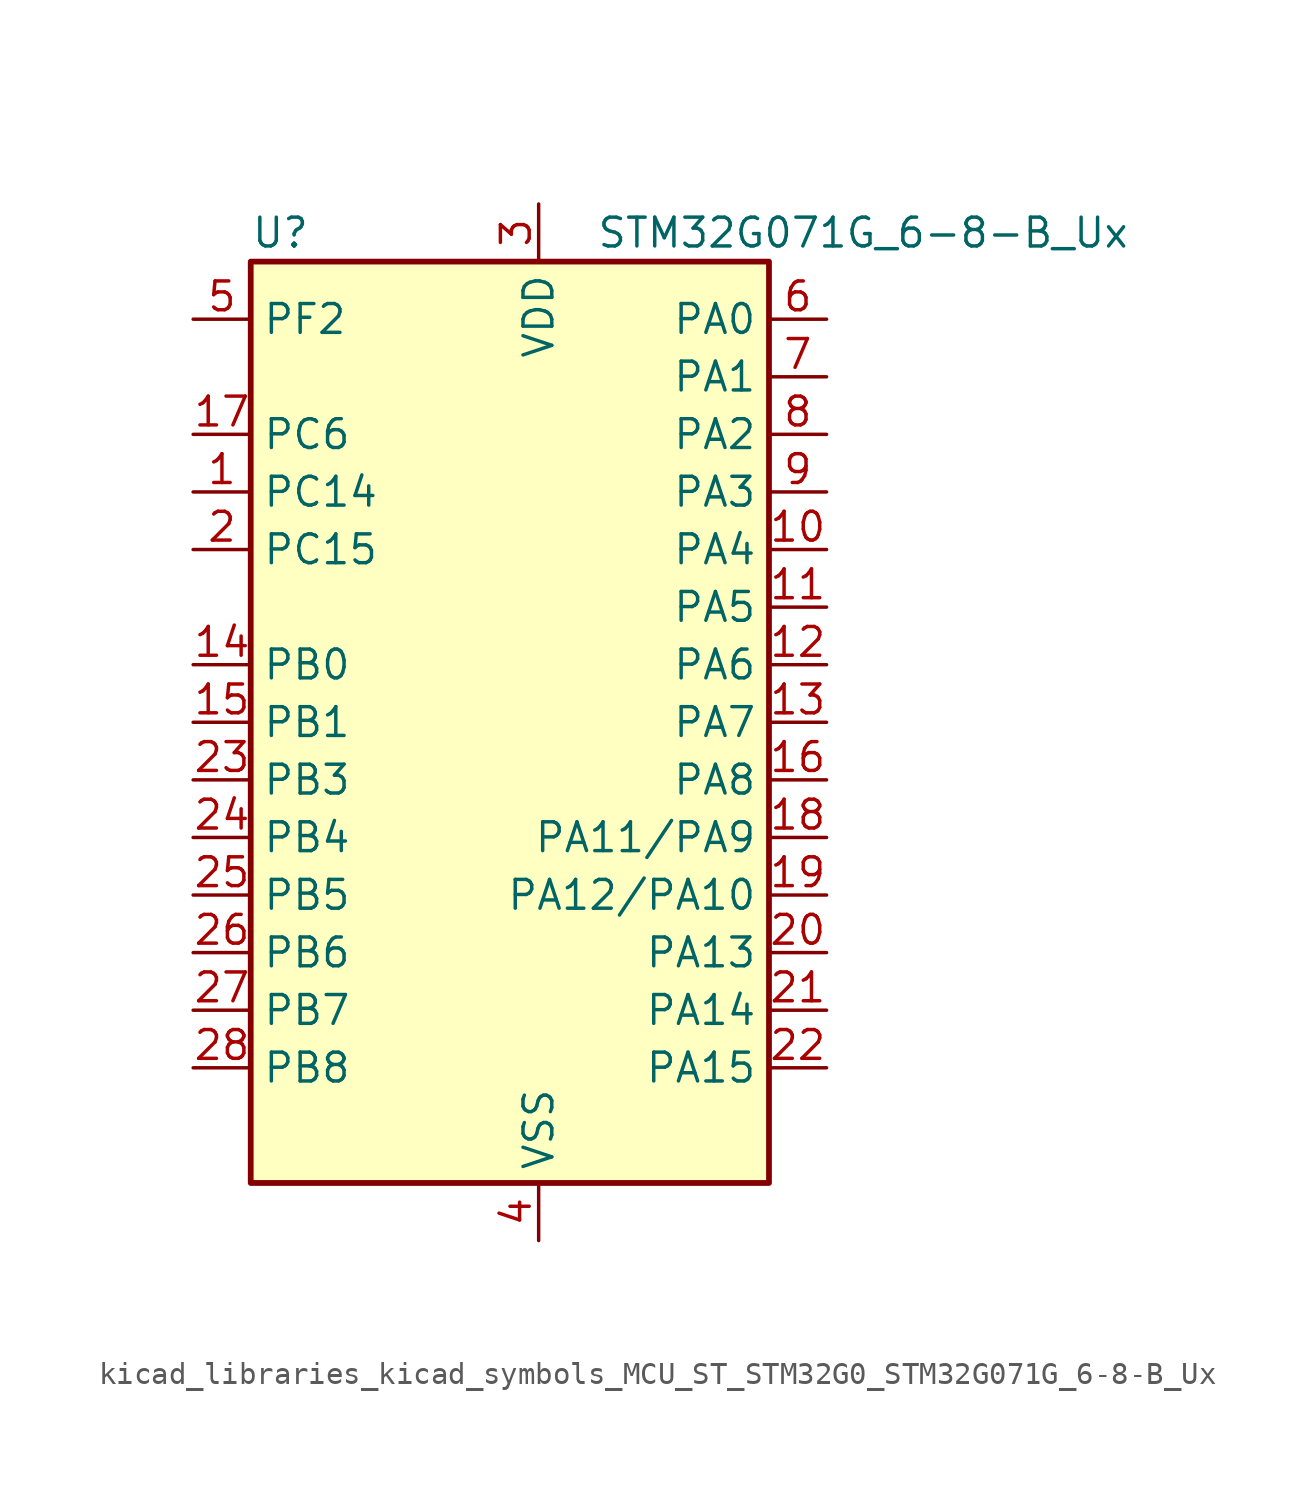
<source format=kicad_sym>
(kicad_symbol_lib
  (version 20220914)
  (generator kicad_symbol_editor)
  (symbol "kicad_libraries_kicad_symbols_MCU_ST_STM32G0_STM32G071G_6-8-B_Ux"
    (property "Reference" "U"
      (at -10.16 21.59 0)
      (effects (font (size 1.27 1.27)) (justify left)))
    (property "Value" "STM32G071G_6-8-B_Ux"
      (at 5.08 21.59 0)
      (effects (font (size 1.27 1.27)) (justify left)))
    (property "ki_locked" ""
      (at 0 0 0)
      (effects (font (size 1.27 1.27))))
    (symbol "kicad_libraries_kicad_symbols_MCU_ST_STM32G0_STM32G071G_6-8-B_Ux_0_1"
      (rectangle (start -10.16 -20.32) (end 12.7 20.32) (stroke (width 0.254) (type default)) (fill (type background))))
    (symbol "kicad_libraries_kicad_symbols_MCU_ST_STM32G0_STM32G071G_6-8-B_Ux_1_1"
      (pin bidirectional line (at -12.7 10.16 0) (length 2.54) (name "PC14" (effects (font (size 1.27 1.27)))) (number "1" (effects (font (size 1.27 1.27)))) (alternate "RCC_OSC32_IN" bidirectional line) (alternate "RCC_OSC_IN" bidirectional line) (alternate "TIM1_BK2" bidirectional line))
      (pin bidirectional line (at 15.24 7.62 180) (length 2.54) (name "PA4" (effects (font (size 1.27 1.27)))) (number "10" (effects (font (size 1.27 1.27)))) (alternate "ADC1_IN4" bidirectional line) (alternate "DAC1_OUT1" bidirectional line) (alternate "I2S1_WS" bidirectional line) (alternate "LPTIM2_OUT" bidirectional line) (alternate "RTC_OUT_ALARM" bidirectional line) (alternate "RTC_OUT_CALIB" bidirectional line) (alternate "RTC_TAMP_IN1" bidirectional line) (alternate "RTC_TS" bidirectional line) (alternate "SPI1_NSS" bidirectional line) (alternate "SPI2_MOSI" bidirectional line) (alternate "SYS_WKUP2" bidirectional line) (alternate "TIM14_CH1" bidirectional line))
      (pin bidirectional line (at 15.24 5.08 180) (length 2.54) (name "PA5" (effects (font (size 1.27 1.27)))) (number "11" (effects (font (size 1.27 1.27)))) (alternate "ADC1_IN5" bidirectional line) (alternate "CEC" bidirectional line) (alternate "DAC1_OUT2" bidirectional line) (alternate "I2S1_CK" bidirectional line) (alternate "LPTIM2_ETR" bidirectional line) (alternate "SPI1_SCK" bidirectional line) (alternate "TIM2_CH1" bidirectional line) (alternate "TIM2_ETR" bidirectional line) (alternate "UCPD1_FRSTX1" bidirectional line) (alternate "UCPD1_FRSTX2" bidirectional line) (alternate "USART3_TX" bidirectional line))
      (pin bidirectional line (at 15.24 2.54 180) (length 2.54) (name "PA6" (effects (font (size 1.27 1.27)))) (number "12" (effects (font (size 1.27 1.27)))) (alternate "ADC1_IN6" bidirectional line) (alternate "COMP1_OUT" bidirectional line) (alternate "I2S1_MCK" bidirectional line) (alternate "LPUART1_CTS" bidirectional line) (alternate "SPI1_MISO" bidirectional line) (alternate "TIM16_CH1" bidirectional line) (alternate "TIM1_BK" bidirectional line) (alternate "TIM3_CH1" bidirectional line) (alternate "USART3_CTS" bidirectional line) (alternate "USART3_NSS" bidirectional line))
      (pin bidirectional line (at 15.24 0 180) (length 2.54) (name "PA7" (effects (font (size 1.27 1.27)))) (number "13" (effects (font (size 1.27 1.27)))) (alternate "ADC1_IN7" bidirectional line) (alternate "COMP2_OUT" bidirectional line) (alternate "I2S1_SD" bidirectional line) (alternate "SPI1_MOSI" bidirectional line) (alternate "TIM14_CH1" bidirectional line) (alternate "TIM17_CH1" bidirectional line) (alternate "TIM1_CH1N" bidirectional line) (alternate "TIM3_CH2" bidirectional line) (alternate "UCPD1_FRSTX1" bidirectional line) (alternate "UCPD1_FRSTX2" bidirectional line))
      (pin bidirectional line (at -12.7 2.54 0) (length 2.54) (name "PB0" (effects (font (size 1.27 1.27)))) (number "14" (effects (font (size 1.27 1.27)))) (alternate "ADC1_IN8" bidirectional line) (alternate "COMP1_OUT" bidirectional line) (alternate "I2S1_WS" bidirectional line) (alternate "LPTIM1_OUT" bidirectional line) (alternate "SPI1_NSS" bidirectional line) (alternate "TIM1_CH2N" bidirectional line) (alternate "TIM3_CH3" bidirectional line) (alternate "UCPD1_FRSTX1" bidirectional line) (alternate "UCPD1_FRSTX2" bidirectional line) (alternate "USART3_RX" bidirectional line))
      (pin bidirectional line (at -12.7 0 0) (length 2.54) (name "PB1" (effects (font (size 1.27 1.27)))) (number "15" (effects (font (size 1.27 1.27)))) (alternate "ADC1_IN9" bidirectional line) (alternate "COMP1_INM" bidirectional line) (alternate "LPTIM2_IN1" bidirectional line) (alternate "LPUART1_DE" bidirectional line) (alternate "LPUART1_RTS" bidirectional line) (alternate "TIM14_CH1" bidirectional line) (alternate "TIM1_CH3N" bidirectional line) (alternate "TIM3_CH4" bidirectional line) (alternate "USART3_CK" bidirectional line) (alternate "USART3_DE" bidirectional line) (alternate "USART3_RTS" bidirectional line))
      (pin bidirectional line (at 15.24 -2.54 180) (length 2.54) (name "PA8" (effects (font (size 1.27 1.27)))) (number "16" (effects (font (size 1.27 1.27)))) (alternate "LPTIM2_OUT" bidirectional line) (alternate "RCC_MCO" bidirectional line) (alternate "SPI2_NSS" bidirectional line) (alternate "TIM1_CH1" bidirectional line) (alternate "UCPD1_CC1" bidirectional line))
      (pin bidirectional line (at -12.7 12.7 0) (length 2.54) (name "PC6" (effects (font (size 1.27 1.27)))) (number "17" (effects (font (size 1.27 1.27)))) (alternate "TIM2_CH3" bidirectional line) (alternate "TIM3_CH1" bidirectional line) (alternate "UCPD1_FRSTX1" bidirectional line) (alternate "UCPD1_FRSTX2" bidirectional line))
      (pin bidirectional line (at 15.24 -5.08 180) (length 2.54) (name "PA11/PA9" (effects (font (size 1.27 1.27)))) (number "18" (effects (font (size 1.27 1.27)))) (alternate "ADC1_EXTI11" bidirectional line) (alternate "COMP1_OUT" bidirectional line) (alternate "I2C2_SCL" bidirectional line) (alternate "I2S1_MCK" bidirectional line) (alternate "SPI1_MISO" bidirectional line) (alternate "TIM1_BK2" bidirectional line) (alternate "TIM1_CH4" bidirectional line) (alternate "USART1_CTS" bidirectional line) (alternate "USART1_NSS" bidirectional line))
      (pin bidirectional line (at 15.24 -7.62 180) (length 2.54) (name "PA12/PA10" (effects (font (size 1.27 1.27)))) (number "19" (effects (font (size 1.27 1.27)))) (alternate "COMP2_OUT" bidirectional line) (alternate "I2C2_SDA" bidirectional line) (alternate "I2S1_SD" bidirectional line) (alternate "I2S_CKIN" bidirectional line) (alternate "SPI1_MOSI" bidirectional line) (alternate "TIM1_ETR" bidirectional line) (alternate "USART1_CK" bidirectional line) (alternate "USART1_DE" bidirectional line) (alternate "USART1_RTS" bidirectional line))
      (pin bidirectional line (at -12.7 7.62 0) (length 2.54) (name "PC15" (effects (font (size 1.27 1.27)))) (number "2" (effects (font (size 1.27 1.27)))) (alternate "RCC_OSC32_EN" bidirectional line) (alternate "RCC_OSC32_OUT" bidirectional line) (alternate "RCC_OSC_EN" bidirectional line) (alternate "TIM15_BK" bidirectional line))
      (pin bidirectional line (at 15.24 -10.16 180) (length 2.54) (name "PA13" (effects (font (size 1.27 1.27)))) (number "20" (effects (font (size 1.27 1.27)))) (alternate "IR_OUT" bidirectional line) (alternate "SYS_SWDIO" bidirectional line))
      (pin bidirectional line (at 15.24 -12.7 180) (length 2.54) (name "PA14" (effects (font (size 1.27 1.27)))) (number "21" (effects (font (size 1.27 1.27)))) (alternate "SYS_SWCLK" bidirectional line) (alternate "USART2_TX" bidirectional line))
      (pin bidirectional line (at 15.24 -15.24 180) (length 2.54) (name "PA15" (effects (font (size 1.27 1.27)))) (number "22" (effects (font (size 1.27 1.27)))) (alternate "I2S1_WS" bidirectional line) (alternate "SPI1_NSS" bidirectional line) (alternate "TIM2_CH1" bidirectional line) (alternate "TIM2_ETR" bidirectional line) (alternate "USART2_RX" bidirectional line) (alternate "USART3_CK" bidirectional line) (alternate "USART3_DE" bidirectional line) (alternate "USART3_RTS" bidirectional line) (alternate "USART4_CK" bidirectional line) (alternate "USART4_DE" bidirectional line) (alternate "USART4_RTS" bidirectional line))
      (pin bidirectional line (at -12.7 -2.54 0) (length 2.54) (name "PB3" (effects (font (size 1.27 1.27)))) (number "23" (effects (font (size 1.27 1.27)))) (alternate "COMP2_INM" bidirectional line) (alternate "I2S1_CK" bidirectional line) (alternate "SPI1_SCK" bidirectional line) (alternate "TIM1_CH2" bidirectional line) (alternate "TIM2_CH2" bidirectional line) (alternate "USART1_CK" bidirectional line) (alternate "USART1_DE" bidirectional line) (alternate "USART1_RTS" bidirectional line))
      (pin bidirectional line (at -12.7 -5.08 0) (length 2.54) (name "PB4" (effects (font (size 1.27 1.27)))) (number "24" (effects (font (size 1.27 1.27)))) (alternate "COMP2_INP" bidirectional line) (alternate "I2S1_MCK" bidirectional line) (alternate "SPI1_MISO" bidirectional line) (alternate "TIM17_BK" bidirectional line) (alternate "TIM3_CH1" bidirectional line) (alternate "USART1_CTS" bidirectional line) (alternate "USART1_NSS" bidirectional line))
      (pin bidirectional line (at -12.7 -7.62 0) (length 2.54) (name "PB5" (effects (font (size 1.27 1.27)))) (number "25" (effects (font (size 1.27 1.27)))) (alternate "COMP2_OUT" bidirectional line) (alternate "I2C1_SMBA" bidirectional line) (alternate "I2S1_SD" bidirectional line) (alternate "LPTIM1_IN1" bidirectional line) (alternate "SPI1_MOSI" bidirectional line) (alternate "SYS_WKUP6" bidirectional line) (alternate "TIM16_BK" bidirectional line) (alternate "TIM3_CH2" bidirectional line))
      (pin bidirectional line (at -12.7 -10.16 0) (length 2.54) (name "PB6" (effects (font (size 1.27 1.27)))) (number "26" (effects (font (size 1.27 1.27)))) (alternate "COMP2_INP" bidirectional line) (alternate "I2C1_SCL" bidirectional line) (alternate "LPTIM1_ETR" bidirectional line) (alternate "SPI2_MISO" bidirectional line) (alternate "TIM16_CH1N" bidirectional line) (alternate "TIM1_CH3" bidirectional line) (alternate "USART1_TX" bidirectional line))
      (pin bidirectional line (at -12.7 -12.7 0) (length 2.54) (name "PB7" (effects (font (size 1.27 1.27)))) (number "27" (effects (font (size 1.27 1.27)))) (alternate "COMP2_INM" bidirectional line) (alternate "I2C1_SDA" bidirectional line) (alternate "LPTIM1_IN2" bidirectional line) (alternate "SPI2_MOSI" bidirectional line) (alternate "SYS_PVD_IN" bidirectional line) (alternate "TIM17_CH1N" bidirectional line) (alternate "USART1_RX" bidirectional line) (alternate "USART4_CTS" bidirectional line) (alternate "USART4_NSS" bidirectional line))
      (pin bidirectional line (at -12.7 -15.24 0) (length 2.54) (name "PB8" (effects (font (size 1.27 1.27)))) (number "28" (effects (font (size 1.27 1.27)))) (alternate "CEC" bidirectional line) (alternate "I2C1_SCL" bidirectional line) (alternate "SPI2_SCK" bidirectional line) (alternate "TIM15_BK" bidirectional line) (alternate "TIM16_CH1" bidirectional line) (alternate "USART3_TX" bidirectional line))
      (pin power_in line (at 2.54 22.86 270) (length 2.54) (name "VDD" (effects (font (size 1.27 1.27)))) (number "3" (effects (font (size 1.27 1.27)))))
      (pin power_in line (at 2.54 -22.86 90) (length 2.54) (name "VSS" (effects (font (size 1.27 1.27)))) (number "4" (effects (font (size 1.27 1.27)))))
      (pin bidirectional line (at -12.7 17.78 0) (length 2.54) (name "PF2" (effects (font (size 1.27 1.27)))) (number "5" (effects (font (size 1.27 1.27)))) (alternate "RCC_MCO" bidirectional line))
      (pin bidirectional line (at 15.24 17.78 180) (length 2.54) (name "PA0" (effects (font (size 1.27 1.27)))) (number "6" (effects (font (size 1.27 1.27)))) (alternate "ADC1_IN0" bidirectional line) (alternate "COMP1_INM" bidirectional line) (alternate "COMP1_OUT" bidirectional line) (alternate "LPTIM1_OUT" bidirectional line) (alternate "RTC_TAMP_IN2" bidirectional line) (alternate "SPI2_SCK" bidirectional line) (alternate "SYS_WKUP1" bidirectional line) (alternate "TIM2_CH1" bidirectional line) (alternate "TIM2_ETR" bidirectional line) (alternate "USART2_CTS" bidirectional line) (alternate "USART2_NSS" bidirectional line) (alternate "USART4_TX" bidirectional line))
      (pin bidirectional line (at 15.24 15.24 180) (length 2.54) (name "PA1" (effects (font (size 1.27 1.27)))) (number "7" (effects (font (size 1.27 1.27)))) (alternate "ADC1_IN1" bidirectional line) (alternate "COMP1_INP" bidirectional line) (alternate "I2C1_SMBA" bidirectional line) (alternate "I2S1_CK" bidirectional line) (alternate "SPI1_SCK" bidirectional line) (alternate "TIM15_CH1N" bidirectional line) (alternate "TIM2_CH2" bidirectional line) (alternate "USART2_CK" bidirectional line) (alternate "USART2_DE" bidirectional line) (alternate "USART2_RTS" bidirectional line) (alternate "USART4_RX" bidirectional line))
      (pin bidirectional line (at 15.24 12.7 180) (length 2.54) (name "PA2" (effects (font (size 1.27 1.27)))) (number "8" (effects (font (size 1.27 1.27)))) (alternate "ADC1_IN2" bidirectional line) (alternate "COMP2_INM" bidirectional line) (alternate "COMP2_OUT" bidirectional line) (alternate "I2S1_SD" bidirectional line) (alternate "LPUART1_TX" bidirectional line) (alternate "RCC_LSCO" bidirectional line) (alternate "SPI1_MOSI" bidirectional line) (alternate "SYS_WKUP4" bidirectional line) (alternate "TIM15_CH1" bidirectional line) (alternate "TIM2_CH3" bidirectional line) (alternate "UCPD1_FRSTX1" bidirectional line) (alternate "UCPD1_FRSTX2" bidirectional line) (alternate "USART2_TX" bidirectional line))
      (pin bidirectional line (at 15.24 10.16 180) (length 2.54) (name "PA3" (effects (font (size 1.27 1.27)))) (number "9" (effects (font (size 1.27 1.27)))) (alternate "ADC1_IN3" bidirectional line) (alternate "COMP2_INP" bidirectional line) (alternate "LPUART1_RX" bidirectional line) (alternate "SPI2_MISO" bidirectional line) (alternate "TIM15_CH2" bidirectional line) (alternate "TIM2_CH4" bidirectional line) (alternate "USART2_RX" bidirectional line)))))
</source>
